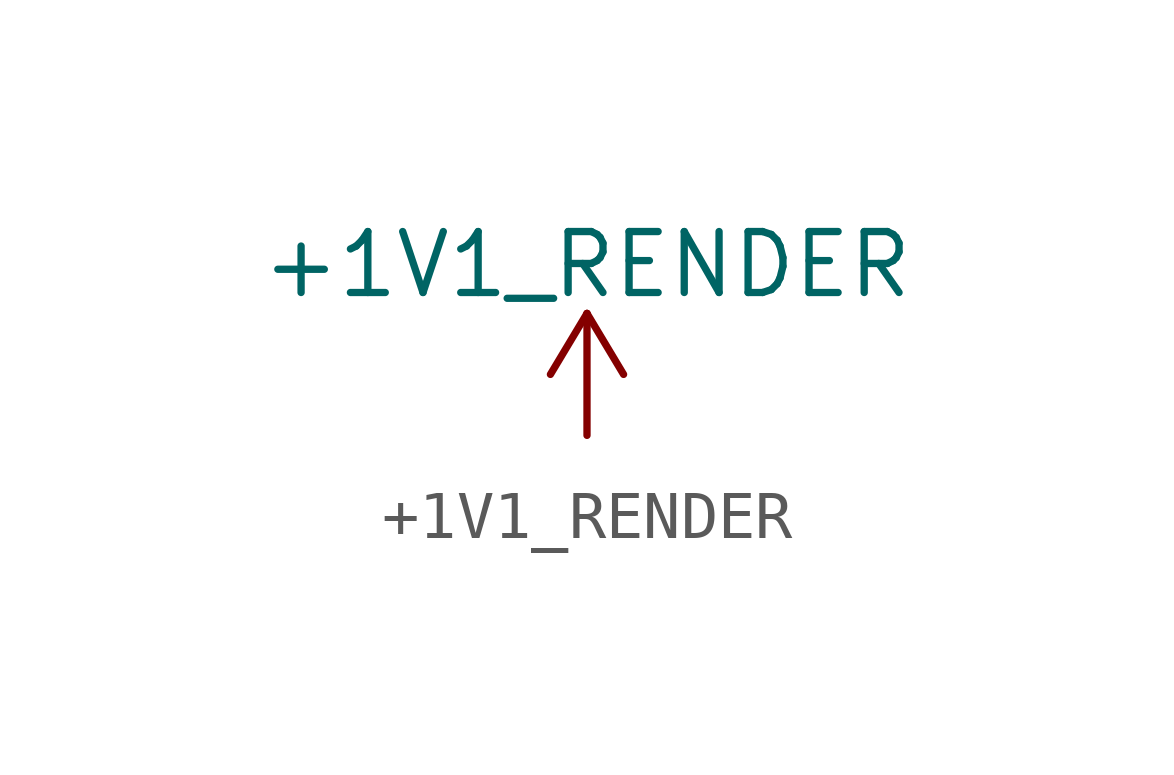
<source format=kicad_sym>
(kicad_symbol_lib
  (version 20220914)
  (generator kicad_symbol_editor)
  (symbol "+1V1_RENDER"
    (power)
    (pin_names
      (offset 0))
    (property "Reference" "#PWR"
      (at 0 -3.81 0)
      (effects (font (size 1.27 1.27)) hide))
    (property "Value" "+1V1_RENDER"
      (at 0 3.556 0)
      (effects (font (size 1.27 1.27))))
    (symbol "+1V1_RENDER_0_1"
      (polyline (pts (xy -0.762 1.27) (xy 0 2.54)) (stroke (width 0) (type default)) (fill (type none)))
      (polyline (pts (xy 0 0) (xy 0 2.54)) (stroke (width 0) (type default)) (fill (type none)))
      (polyline (pts (xy 0 2.54) (xy 0.762 1.27)) (stroke (width 0) (type default)) (fill (type none))))
    (symbol "+1V1_RENDER_1_1"
      (pin power_in line (at 0 0 90) (length 0) hide (name "+1V1_RENDER" (effects (font (size 1.27 1.27)))) (number "1" (effects (font (size 1.27 1.27))))))))
</source>
